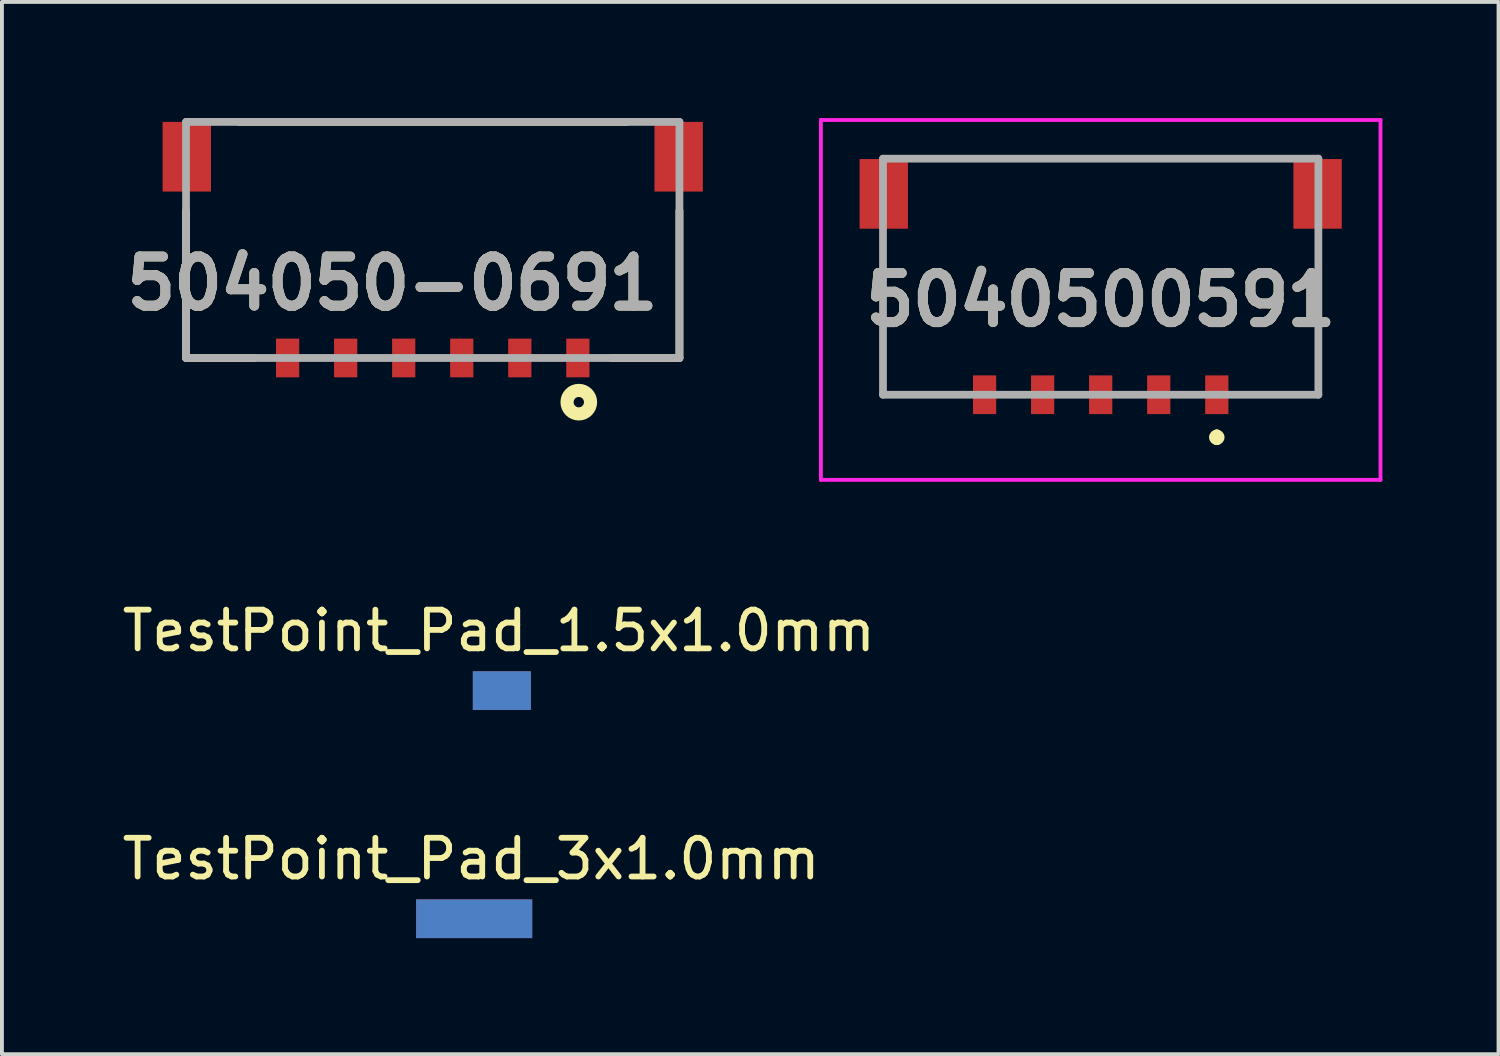
<source format=kicad_pcb>
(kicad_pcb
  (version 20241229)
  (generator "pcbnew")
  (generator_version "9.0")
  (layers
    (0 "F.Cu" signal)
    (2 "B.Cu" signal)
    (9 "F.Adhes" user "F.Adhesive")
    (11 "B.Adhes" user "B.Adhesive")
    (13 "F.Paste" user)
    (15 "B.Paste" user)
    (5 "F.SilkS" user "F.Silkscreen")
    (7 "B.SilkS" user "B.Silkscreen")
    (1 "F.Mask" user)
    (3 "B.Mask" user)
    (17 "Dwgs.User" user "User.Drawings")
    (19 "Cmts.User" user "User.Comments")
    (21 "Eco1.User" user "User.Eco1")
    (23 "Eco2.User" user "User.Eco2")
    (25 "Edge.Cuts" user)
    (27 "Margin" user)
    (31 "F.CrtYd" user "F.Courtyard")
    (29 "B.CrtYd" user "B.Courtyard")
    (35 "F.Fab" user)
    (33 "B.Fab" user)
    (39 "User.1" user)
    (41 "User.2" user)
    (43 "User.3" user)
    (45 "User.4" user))
  (footprint "504050-0691"
    (layer "F.Cu")
    (at 8.132 6.2)
    (property "Reference" "504050-0691" (at -1.044 -1.926 0) (layer "F.SilkS") (effects (font (size 1.27 1.27) (thickness 0.254))))
    (attr smd)
    (fp_line (start -6.375 0) (end -6.375 -3.8) (stroke (width 0.2) (type solid)) (layer "F.SilkS"))
    (fp_line (start -6.375 0) (end -4.609 0) (stroke (width 0.2) (type solid)) (layer "F.SilkS"))
    (fp_line (start -5 -6.1) (end 5 -6.1) (stroke (width 0.2) (type solid)) (layer "F.SilkS"))
    (fp_line (start 6.375 0) (end 4.609 0) (stroke (width 0.2) (type solid)) (layer "F.SilkS"))
    (fp_line (start 6.375 0) (end 6.375 -3.8) (stroke (width 0.2) (type solid)) (layer "F.SilkS"))
    (fp_circle (center 3.774 1.142) (end 3.774 1.276) (stroke (width 0.34) (type solid)) (fill no) (layer "F.SilkS"))
    (fp_line (start -6.375 -6.1) (end 6.375 -6.1) (stroke (width 0.2) (type solid)) (layer "F.Fab"))
    (fp_line (start -6.375 0) (end -6.375 -6.1) (stroke (width 0.2) (type solid)) (layer "F.Fab"))
    (fp_line (start 6.375 -6.1) (end 6.375 0) (stroke (width 0.2) (type solid)) (layer "F.Fab"))
    (fp_line (start 6.375 0) (end -6.375 0) (stroke (width 0.2) (type solid)) (layer "F.Fab"))
    (fp_text user "${REFERENCE}" (at -1.044 -1.926 0) (layer "F.Fab") (effects (font (size 1.27 1.27) (thickness 0.254))))
    (pad "1" smd rect (at 3.75 0) (size 0.6 1) (layers "F.Cu" "F.Mask" "F.Paste"))
    (pad "2" smd rect (at 2.25 0) (size 0.6 1) (layers "F.Cu" "F.Mask" "F.Paste"))
    (pad "3" smd rect (at 0.75 0) (size 0.6 1) (layers "F.Cu" "F.Mask" "F.Paste"))
    (pad "4" smd rect (at -0.75 0) (size 0.6 1) (layers "F.Cu" "F.Mask" "F.Paste"))
    (pad "5" smd rect (at -2.25 0) (size 0.6 1) (layers "F.Cu" "F.Mask" "F.Paste"))
    (pad "6" smd rect (at -3.75 0) (size 0.6 1) (layers "F.Cu" "F.Mask" "F.Paste"))
    (pad "MP" smd rect (at -6.355 -5.2) (size 1.25 1.8) (layers "F.Cu" "F.Mask" "F.Paste"))
    (pad "MP" smd rect (at 6.355 -5.2) (size 1.25 1.8) (layers "F.Cu" "F.Mask" "F.Paste")))
  (footprint "5040500591"
    (layer "F.Cu")
    (at 25.392 4.7)
    (property "Reference" "5040500591" (at 0 0 0) (layer "F.SilkS") (effects (font (size 1.27 1.27) (thickness 0.254))))
    (attr smd)
    (fp_line (start -5.625 -1.55) (end -5.625 2.45) (stroke (width 0.1) (type solid)) (layer "F.SilkS"))
    (fp_line (start -4.5 -3.65) (end 4.5 -3.65) (stroke (width 0.1) (type solid)) (layer "F.SilkS"))
    (fp_line (start 3 3.45) (end 3 3.45) (stroke (width 0.2) (type solid)) (layer "F.SilkS"))
    (fp_line (start 3 3.65) (end 3 3.65) (stroke (width 0.2) (type solid)) (layer "F.SilkS"))
    (fp_line (start 5.625 -1.55) (end 5.605 2.45) (stroke (width 0.1) (type solid)) (layer "F.SilkS"))
    (fp_arc (start 3 3.45) (mid 3.1 3.55) (end 3 3.65) (stroke (width 0.2) (type solid)) (layer "F.SilkS"))
    (fp_arc (start 3 3.65) (mid 2.9 3.55) (end 3 3.45) (stroke (width 0.2) (type solid)) (layer "F.SilkS"))
    (fp_line (start -7.23 -4.65) (end 7.23 -4.65) (stroke (width 0.1) (type solid)) (layer "F.CrtYd"))
    (fp_line (start -7.23 4.65) (end -7.23 -4.65) (stroke (width 0.1) (type solid)) (layer "F.CrtYd"))
    (fp_line (start 7.23 -4.65) (end 7.23 4.65) (stroke (width 0.1) (type solid)) (layer "F.CrtYd"))
    (fp_line (start 7.23 4.65) (end -7.23 4.65) (stroke (width 0.1) (type solid)) (layer "F.CrtYd"))
    (fp_line (start -5.625 -3.65) (end 5.625 -3.65) (stroke (width 0.2) (type solid)) (layer "F.Fab"))
    (fp_line (start -5.625 2.45) (end -5.625 -3.65) (stroke (width 0.2) (type solid)) (layer "F.Fab"))
    (fp_line (start 5.625 -3.65) (end 5.625 2.45) (stroke (width 0.2) (type solid)) (layer "F.Fab"))
    (fp_line (start 5.625 2.45) (end -5.625 2.45) (stroke (width 0.2) (type solid)) (layer "F.Fab"))
    (fp_text user "${REFERENCE}" (at 0 0 0) (layer "F.Fab") (effects (font (size 1.27 1.27) (thickness 0.254))))
    (pad "1" smd rect (at 3 2.45) (size 0.6 1) (layers "F.Cu" "F.Mask" "F.Paste"))
    (pad "2" smd rect (at 1.5 2.45) (size 0.6 1) (layers "F.Cu" "F.Mask" "F.Paste"))
    (pad "3" smd rect (at 0 2.45) (size 0.6 1) (layers "F.Cu" "F.Mask" "F.Paste"))
    (pad "4" smd rect (at -1.5 2.45) (size 0.6 1) (layers "F.Cu" "F.Mask" "F.Paste"))
    (pad "5" smd rect (at -3 2.45) (size 0.6 1) (layers "F.Cu" "F.Mask" "F.Paste"))
    (pad "MP" smd rect (at -5.605 -2.74) (size 1.25 1.8) (layers "F.Cu" "F.Mask" "F.Paste"))
    (pad "MP" smd rect (at 5.605 -2.74) (size 1.25 1.8) (layers "F.Cu" "F.Mask" "F.Paste")))
  (footprint "TestPoint_Pad_1.5x1.0mm"
    (layer "F.Cu")
    (at 9.918 14.796)
    (property "Reference" "TestPoint_Pad_1.5x1.0mm" (at -0.078 -1.547 0) (layer "F.SilkS") (effects (font (size 1 1) (thickness 0.15))))
    (attr exclude_from_pos_files)
    (pad "1" smd rect (at 0 0) (size 1.5 1) (layers "F.Cu" "F.Mask"))
    (pad "1" smd rect (at 0 0) (size 1.5 1) (layers "B.Cu" "B.Mask")))
  (footprint "TestPoint_Pad_3x1.0mm"
    (layer "F.Cu")
    (at 9.203 20.691)
    (property "Reference" "TestPoint_Pad_3x1.0mm" (at -0.078 -1.547 0) (layer "F.SilkS") (effects (font (size 1 1) (thickness 0.15))))
    (attr exclude_from_pos_files)
    (pad "1" smd rect (at 0 0) (size 3 1) (layers "F.Cu" "F.Mask"))
    (pad "1" smd rect (at 0 0) (size 3 1) (layers "B.Cu" "B.Mask")))
  (gr_rect
    (start -3 -3)
    (end 35.672 24.191)
    (stroke (width 0.1) (type default))
    (fill no)
    (layer "Edge.Cuts")))
</source>
